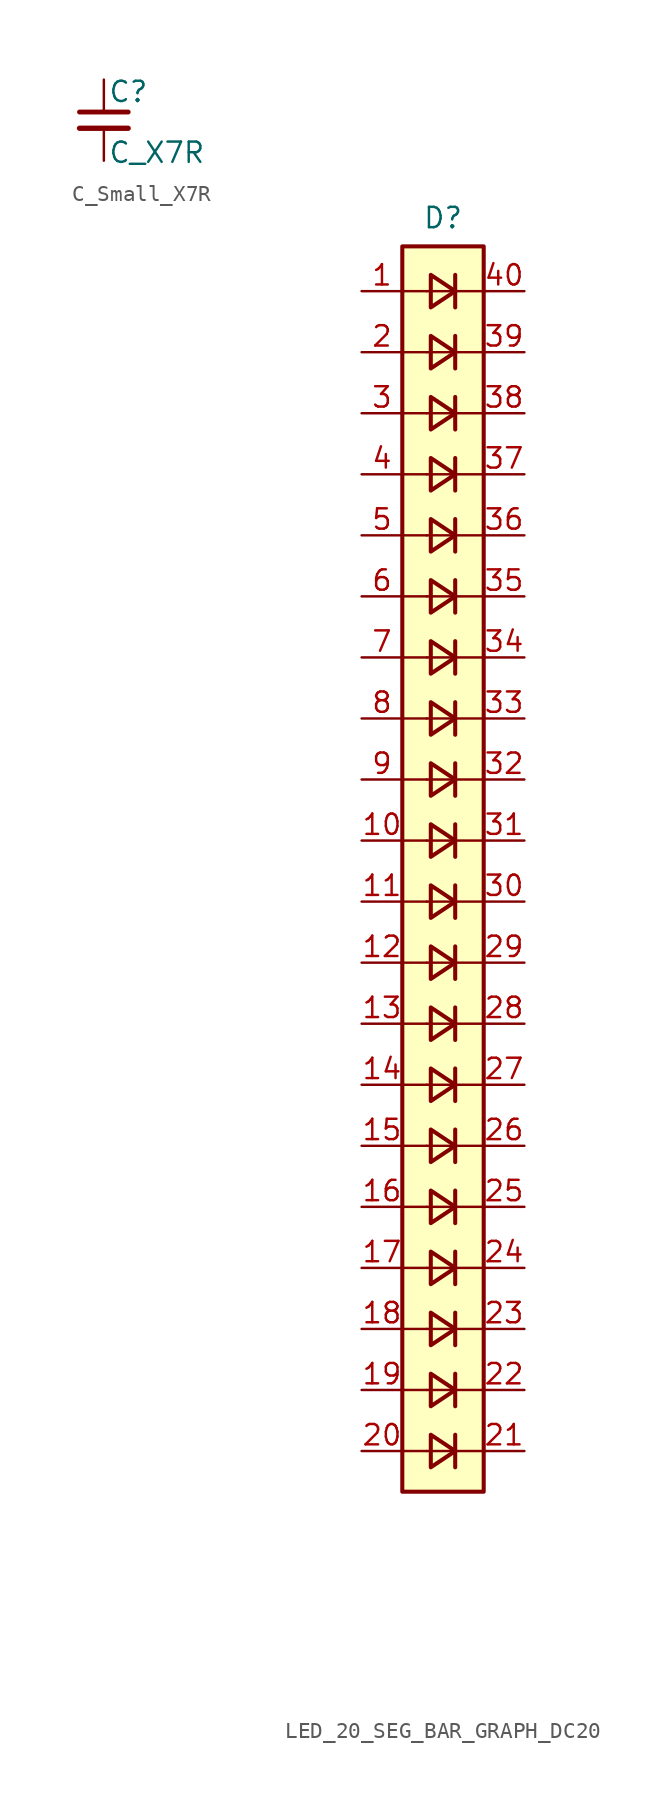
<source format=kicad_sym>
(kicad_symbol_lib
  (version 20241209)
  (generator "kicad_symbol_editor")
  (generator_version "9.0")
  (symbol "C_Small_X7R"
    (pin_numbers
      (hide yes))
    (pin_names
      (offset 0.254)
      (hide yes))
    (property "Reference" "C"
      (at 0.254 1.778 0)
      (effects (font (size 1.27 1.27)) (justify left)))
    (property "Value" "C_X7R"
      (at 0.254 -2.032 0)
      (effects (font (size 1.27 1.27)) (justify left)))
    (symbol "C_Small_X7R_0_1"
      (polyline (pts (xy -1.524 0.508) (xy 1.524 0.508)) (stroke (width 0.305) (type default)) (fill (type none)))
      (polyline (pts (xy -1.524 -0.508) (xy 1.524 -0.508)) (stroke (width 0.33) (type default)) (fill (type none))))
    (symbol "C_Small_X7R_1_1"
      (pin passive line (at 0 2.54 270) (length 2.032) (name "~" (effects (font (size 1.27 1.27)))) (number "1" (effects (font (size 1.27 1.27)))))
      (pin passive line (at 0 -2.54 90) (length 2.032) (name "~" (effects (font (size 1.27 1.27)))) (number "2" (effects (font (size 1.27 1.27)))))))
  (symbol "LED_20_SEG_BAR_GRAPH_DC20"
    (property "Reference" "D"
      (at 0 38.862 0)
      (effects (font (size 1.27 1.27))))
    (property "Value" ""
      (at 0 -45.72 0)
      (effects (font (size 1.27 1.27))))
    (symbol "LED_20_SEG_BAR_GRAPH_DC20_0_1"
      (rectangle (start -2.54 37.084) (end 2.54 -40.64) (stroke (width 0.254) (type default)) (fill (type background)))
      (polyline (pts (xy -1.016 34.29) (xy -2.54 34.29)) (stroke (width 0) (type default)) (fill (type none)))
      (polyline (pts (xy -1.016 34.29) (xy 0.762 34.29)) (stroke (width 0) (type default)) (fill (type none)))
      (polyline (pts (xy -1.016 30.48) (xy -2.54 30.48)) (stroke (width 0) (type default)) (fill (type none)))
      (polyline (pts (xy -1.016 30.48) (xy 0.762 30.48)) (stroke (width 0) (type default)) (fill (type none)))
      (polyline (pts (xy -1.016 26.67) (xy -2.54 26.67)) (stroke (width 0) (type default)) (fill (type none)))
      (polyline (pts (xy -1.016 26.67) (xy 0.762 26.67)) (stroke (width 0) (type default)) (fill (type none)))
      (polyline (pts (xy -1.016 22.86) (xy -2.54 22.86)) (stroke (width 0) (type default)) (fill (type none)))
      (polyline (pts (xy -1.016 22.86) (xy 0.762 22.86)) (stroke (width 0) (type default)) (fill (type none)))
      (polyline (pts (xy -1.016 19.05) (xy -2.54 19.05)) (stroke (width 0) (type default)) (fill (type none)))
      (polyline (pts (xy -1.016 19.05) (xy 0.762 19.05)) (stroke (width 0) (type default)) (fill (type none)))
      (polyline (pts (xy -1.016 15.24) (xy -2.54 15.24)) (stroke (width 0) (type default)) (fill (type none)))
      (polyline (pts (xy -1.016 15.24) (xy 0.762 15.24)) (stroke (width 0) (type default)) (fill (type none)))
      (polyline (pts (xy -1.016 11.43) (xy -2.54 11.43)) (stroke (width 0) (type default)) (fill (type none)))
      (polyline (pts (xy -1.016 11.43) (xy 0.762 11.43)) (stroke (width 0) (type default)) (fill (type none)))
      (polyline (pts (xy -1.016 7.62) (xy -2.54 7.62)) (stroke (width 0) (type default)) (fill (type none)))
      (polyline (pts (xy -1.016 7.62) (xy 0.762 7.62)) (stroke (width 0) (type default)) (fill (type none)))
      (polyline (pts (xy -1.016 3.81) (xy -2.54 3.81)) (stroke (width 0) (type default)) (fill (type none)))
      (polyline (pts (xy -1.016 3.81) (xy 0.762 3.81)) (stroke (width 0) (type default)) (fill (type none)))
      (polyline (pts (xy -1.016 0) (xy -2.54 0)) (stroke (width 0) (type default)) (fill (type none)))
      (polyline (pts (xy -1.016 0) (xy 0.762 0)) (stroke (width 0) (type default)) (fill (type none)))
      (polyline (pts (xy -1.016 -3.81) (xy -2.54 -3.81)) (stroke (width 0) (type default)) (fill (type none)))
      (polyline (pts (xy -1.016 -3.81) (xy 0.762 -3.81)) (stroke (width 0) (type default)) (fill (type none)))
      (polyline (pts (xy -1.016 -7.62) (xy -2.54 -7.62)) (stroke (width 0) (type default)) (fill (type none)))
      (polyline (pts (xy -1.016 -7.62) (xy 0.762 -7.62)) (stroke (width 0) (type default)) (fill (type none)))
      (polyline (pts (xy -1.016 -11.43) (xy -2.54 -11.43)) (stroke (width 0) (type default)) (fill (type none)))
      (polyline (pts (xy -1.016 -11.43) (xy 0.762 -11.43)) (stroke (width 0) (type default)) (fill (type none)))
      (polyline (pts (xy -1.016 -15.24) (xy -2.54 -15.24)) (stroke (width 0) (type default)) (fill (type none)))
      (polyline (pts (xy -1.016 -15.24) (xy 0.762 -15.24)) (stroke (width 0) (type default)) (fill (type none)))
      (polyline (pts (xy -1.016 -19.05) (xy -2.54 -19.05)) (stroke (width 0) (type default)) (fill (type none)))
      (polyline (pts (xy -1.016 -19.05) (xy 0.762 -19.05)) (stroke (width 0) (type default)) (fill (type none)))
      (polyline (pts (xy -1.016 -22.86) (xy -2.54 -22.86)) (stroke (width 0) (type default)) (fill (type none)))
      (polyline (pts (xy -1.016 -22.86) (xy 0.762 -22.86)) (stroke (width 0) (type default)) (fill (type none)))
      (polyline (pts (xy -1.016 -26.67) (xy -2.54 -26.67)) (stroke (width 0) (type default)) (fill (type none)))
      (polyline (pts (xy -1.016 -26.67) (xy 0.762 -26.67)) (stroke (width 0) (type default)) (fill (type none)))
      (polyline (pts (xy -1.016 -30.48) (xy -2.54 -30.48)) (stroke (width 0) (type default)) (fill (type none)))
      (polyline (pts (xy -1.016 -30.48) (xy 0.762 -30.48)) (stroke (width 0) (type default)) (fill (type none)))
      (polyline (pts (xy -1.016 -34.29) (xy -2.54 -34.29)) (stroke (width 0) (type default)) (fill (type none)))
      (polyline (pts (xy -1.016 -34.29) (xy 0.762 -34.29)) (stroke (width 0) (type default)) (fill (type none)))
      (polyline (pts (xy -1.016 -38.1) (xy -2.54 -38.1)) (stroke (width 0) (type default)) (fill (type none)))
      (polyline (pts (xy -1.016 -38.1) (xy 0.762 -38.1)) (stroke (width 0) (type default)) (fill (type none)))
      (polyline (pts (xy -0.762 35.306) (xy 0.762 34.29) (xy -0.762 33.274) (xy -0.762 35.306)) (stroke (width 0.254) (type default)) (fill (type none)))
      (polyline (pts (xy -0.762 31.496) (xy 0.762 30.48) (xy -0.762 29.464) (xy -0.762 31.496)) (stroke (width 0.254) (type default)) (fill (type none)))
      (polyline (pts (xy -0.762 27.686) (xy 0.762 26.67) (xy -0.762 25.654) (xy -0.762 27.686)) (stroke (width 0.254) (type default)) (fill (type none)))
      (polyline (pts (xy -0.762 23.876) (xy 0.762 22.86) (xy -0.762 21.844) (xy -0.762 23.876)) (stroke (width 0.254) (type default)) (fill (type none)))
      (polyline (pts (xy -0.762 20.066) (xy 0.762 19.05) (xy -0.762 18.034) (xy -0.762 20.066)) (stroke (width 0.254) (type default)) (fill (type none)))
      (polyline (pts (xy -0.762 16.256) (xy 0.762 15.24) (xy -0.762 14.224) (xy -0.762 16.256)) (stroke (width 0.254) (type default)) (fill (type none)))
      (polyline (pts (xy -0.762 12.446) (xy 0.762 11.43) (xy -0.762 10.414) (xy -0.762 12.446)) (stroke (width 0.254) (type default)) (fill (type none)))
      (polyline (pts (xy -0.762 8.636) (xy 0.762 7.62) (xy -0.762 6.604) (xy -0.762 8.636)) (stroke (width 0.254) (type default)) (fill (type none)))
      (polyline (pts (xy -0.762 4.826) (xy 0.762 3.81) (xy -0.762 2.794) (xy -0.762 4.826)) (stroke (width 0.254) (type default)) (fill (type none)))
      (polyline (pts (xy -0.762 1.016) (xy 0.762 0) (xy -0.762 -1.016) (xy -0.762 1.016)) (stroke (width 0.254) (type default)) (fill (type none)))
      (polyline (pts (xy -0.762 -2.794) (xy 0.762 -3.81) (xy -0.762 -4.826) (xy -0.762 -2.794)) (stroke (width 0.254) (type default)) (fill (type none)))
      (polyline (pts (xy -0.762 -6.604) (xy 0.762 -7.62) (xy -0.762 -8.636) (xy -0.762 -6.604)) (stroke (width 0.254) (type default)) (fill (type none)))
      (polyline (pts (xy -0.762 -10.414) (xy 0.762 -11.43) (xy -0.762 -12.446) (xy -0.762 -10.414)) (stroke (width 0.254) (type default)) (fill (type none)))
      (polyline (pts (xy -0.762 -14.224) (xy 0.762 -15.24) (xy -0.762 -16.256) (xy -0.762 -14.224)) (stroke (width 0.254) (type default)) (fill (type none)))
      (polyline (pts (xy -0.762 -18.034) (xy 0.762 -19.05) (xy -0.762 -20.066) (xy -0.762 -18.034)) (stroke (width 0.254) (type default)) (fill (type none)))
      (polyline (pts (xy -0.762 -21.844) (xy 0.762 -22.86) (xy -0.762 -23.876) (xy -0.762 -21.844)) (stroke (width 0.254) (type default)) (fill (type none)))
      (polyline (pts (xy -0.762 -25.654) (xy 0.762 -26.67) (xy -0.762 -27.686) (xy -0.762 -25.654)) (stroke (width 0.254) (type default)) (fill (type none)))
      (polyline (pts (xy -0.762 -29.464) (xy 0.762 -30.48) (xy -0.762 -31.496) (xy -0.762 -29.464)) (stroke (width 0.254) (type default)) (fill (type none)))
      (polyline (pts (xy -0.762 -33.274) (xy 0.762 -34.29) (xy -0.762 -35.306) (xy -0.762 -33.274)) (stroke (width 0.254) (type default)) (fill (type none)))
      (polyline (pts (xy -0.762 -37.084) (xy 0.762 -38.1) (xy -0.762 -39.116) (xy -0.762 -37.084)) (stroke (width 0.254) (type default)) (fill (type none)))
      (polyline (pts (xy 0.762 35.306) (xy 0.762 33.274)) (stroke (width 0.254) (type default)) (fill (type none)))
      (polyline (pts (xy 0.762 34.29) (xy 2.54 34.29)) (stroke (width 0) (type default)) (fill (type none)))
      (polyline (pts (xy 0.762 31.496) (xy 0.762 29.464)) (stroke (width 0.254) (type default)) (fill (type none)))
      (polyline (pts (xy 0.762 30.48) (xy 2.54 30.48)) (stroke (width 0) (type default)) (fill (type none)))
      (polyline (pts (xy 0.762 27.686) (xy 0.762 25.654)) (stroke (width 0.254) (type default)) (fill (type none)))
      (polyline (pts (xy 0.762 26.67) (xy 2.54 26.67)) (stroke (width 0) (type default)) (fill (type none)))
      (polyline (pts (xy 0.762 23.876) (xy 0.762 21.844)) (stroke (width 0.254) (type default)) (fill (type none)))
      (polyline (pts (xy 0.762 22.86) (xy 2.54 22.86)) (stroke (width 0) (type default)) (fill (type none)))
      (polyline (pts (xy 0.762 20.066) (xy 0.762 18.034)) (stroke (width 0.254) (type default)) (fill (type none)))
      (polyline (pts (xy 0.762 19.05) (xy 2.54 19.05)) (stroke (width 0) (type default)) (fill (type none)))
      (polyline (pts (xy 0.762 16.256) (xy 0.762 14.224)) (stroke (width 0.254) (type default)) (fill (type none)))
      (polyline (pts (xy 0.762 15.24) (xy 2.54 15.24)) (stroke (width 0) (type default)) (fill (type none)))
      (polyline (pts (xy 0.762 12.446) (xy 0.762 10.414)) (stroke (width 0.254) (type default)) (fill (type none)))
      (polyline (pts (xy 0.762 11.43) (xy 2.54 11.43)) (stroke (width 0) (type default)) (fill (type none)))
      (polyline (pts (xy 0.762 8.636) (xy 0.762 6.604)) (stroke (width 0.254) (type default)) (fill (type none)))
      (polyline (pts (xy 0.762 7.62) (xy 2.54 7.62)) (stroke (width 0) (type default)) (fill (type none)))
      (polyline (pts (xy 0.762 4.826) (xy 0.762 2.794)) (stroke (width 0.254) (type default)) (fill (type none)))
      (polyline (pts (xy 0.762 3.81) (xy 2.54 3.81)) (stroke (width 0) (type default)) (fill (type none)))
      (polyline (pts (xy 0.762 1.016) (xy 0.762 -1.016)) (stroke (width 0.254) (type default)) (fill (type none)))
      (polyline (pts (xy 0.762 0) (xy 2.54 0)) (stroke (width 0) (type default)) (fill (type none)))
      (polyline (pts (xy 0.762 -2.794) (xy 0.762 -4.826)) (stroke (width 0.254) (type default)) (fill (type none)))
      (polyline (pts (xy 0.762 -3.81) (xy 2.54 -3.81)) (stroke (width 0) (type default)) (fill (type none)))
      (polyline (pts (xy 0.762 -6.604) (xy 0.762 -8.636)) (stroke (width 0.254) (type default)) (fill (type none)))
      (polyline (pts (xy 0.762 -7.62) (xy 2.54 -7.62)) (stroke (width 0) (type default)) (fill (type none)))
      (polyline (pts (xy 0.762 -10.414) (xy 0.762 -12.446)) (stroke (width 0.254) (type default)) (fill (type none)))
      (polyline (pts (xy 0.762 -11.43) (xy 2.54 -11.43)) (stroke (width 0) (type default)) (fill (type none)))
      (polyline (pts (xy 0.762 -14.224) (xy 0.762 -16.256)) (stroke (width 0.254) (type default)) (fill (type none)))
      (polyline (pts (xy 0.762 -15.24) (xy 2.54 -15.24)) (stroke (width 0) (type default)) (fill (type none)))
      (polyline (pts (xy 0.762 -18.034) (xy 0.762 -20.066)) (stroke (width 0.254) (type default)) (fill (type none)))
      (polyline (pts (xy 0.762 -19.05) (xy 2.54 -19.05)) (stroke (width 0) (type default)) (fill (type none)))
      (polyline (pts (xy 0.762 -21.844) (xy 0.762 -23.876)) (stroke (width 0.254) (type default)) (fill (type none)))
      (polyline (pts (xy 0.762 -22.86) (xy 2.54 -22.86)) (stroke (width 0) (type default)) (fill (type none)))
      (polyline (pts (xy 0.762 -25.654) (xy 0.762 -27.686)) (stroke (width 0.254) (type default)) (fill (type none)))
      (polyline (pts (xy 0.762 -26.67) (xy 2.54 -26.67)) (stroke (width 0) (type default)) (fill (type none)))
      (polyline (pts (xy 0.762 -29.464) (xy 0.762 -31.496)) (stroke (width 0.254) (type default)) (fill (type none)))
      (polyline (pts (xy 0.762 -30.48) (xy 2.54 -30.48)) (stroke (width 0) (type default)) (fill (type none)))
      (polyline (pts (xy 0.762 -33.274) (xy 0.762 -35.306)) (stroke (width 0.254) (type default)) (fill (type none)))
      (polyline (pts (xy 0.762 -34.29) (xy 2.54 -34.29)) (stroke (width 0) (type default)) (fill (type none)))
      (polyline (pts (xy 0.762 -37.084) (xy 0.762 -39.116)) (stroke (width 0.254) (type default)) (fill (type none)))
      (polyline (pts (xy 0.762 -38.1) (xy 2.54 -38.1)) (stroke (width 0) (type default)) (fill (type none))))
    (symbol "LED_20_SEG_BAR_GRAPH_DC20_1_1"
      (pin passive line (at -5.08 34.29 0) (length 2.54) (name "" (effects (font (size 1.27 1.27)))) (number "1" (effects (font (size 1.27 1.27)))))
      (pin passive line (at -5.08 30.48 0) (length 2.54) (name "" (effects (font (size 1.27 1.27)))) (number "2" (effects (font (size 1.27 1.27)))))
      (pin passive line (at -5.08 26.67 0) (length 2.54) (name "" (effects (font (size 1.27 1.27)))) (number "3" (effects (font (size 1.27 1.27)))))
      (pin passive line (at -5.08 22.86 0) (length 2.54) (name "" (effects (font (size 1.27 1.27)))) (number "4" (effects (font (size 1.27 1.27)))))
      (pin passive line (at -5.08 19.05 0) (length 2.54) (name "" (effects (font (size 1.27 1.27)))) (number "5" (effects (font (size 1.27 1.27)))))
      (pin passive line (at -5.08 15.24 0) (length 2.54) (name "" (effects (font (size 1.27 1.27)))) (number "6" (effects (font (size 1.27 1.27)))))
      (pin passive line (at -5.08 11.43 0) (length 2.54) (name "" (effects (font (size 1.27 1.27)))) (number "7" (effects (font (size 1.27 1.27)))))
      (pin passive line (at -5.08 7.62 0) (length 2.54) (name "" (effects (font (size 1.27 1.27)))) (number "8" (effects (font (size 1.27 1.27)))))
      (pin passive line (at -5.08 3.81 0) (length 2.54) (name "" (effects (font (size 1.27 1.27)))) (number "9" (effects (font (size 1.27 1.27)))))
      (pin passive line (at -5.08 0 0) (length 2.54) (name "" (effects (font (size 1.27 1.27)))) (number "10" (effects (font (size 1.27 1.27)))))
      (pin passive line (at -5.08 -3.81 0) (length 2.54) (name "" (effects (font (size 1.27 1.27)))) (number "11" (effects (font (size 1.27 1.27)))))
      (pin passive line (at -5.08 -7.62 0) (length 2.54) (name "" (effects (font (size 1.27 1.27)))) (number "12" (effects (font (size 1.27 1.27)))))
      (pin passive line (at -5.08 -11.43 0) (length 2.54) (name "" (effects (font (size 1.27 1.27)))) (number "13" (effects (font (size 1.27 1.27)))))
      (pin passive line (at -5.08 -15.24 0) (length 2.54) (name "" (effects (font (size 1.27 1.27)))) (number "14" (effects (font (size 1.27 1.27)))))
      (pin passive line (at -5.08 -19.05 0) (length 2.54) (name "" (effects (font (size 1.27 1.27)))) (number "15" (effects (font (size 1.27 1.27)))))
      (pin passive line (at -5.08 -22.86 0) (length 2.54) (name "" (effects (font (size 1.27 1.27)))) (number "16" (effects (font (size 1.27 1.27)))))
      (pin passive line (at -5.08 -26.67 0) (length 2.54) (name "" (effects (font (size 1.27 1.27)))) (number "17" (effects (font (size 1.27 1.27)))))
      (pin passive line (at -5.08 -30.48 0) (length 2.54) (name "" (effects (font (size 1.27 1.27)))) (number "18" (effects (font (size 1.27 1.27)))))
      (pin passive line (at -5.08 -34.29 0) (length 2.54) (name "" (effects (font (size 1.27 1.27)))) (number "19" (effects (font (size 1.27 1.27)))))
      (pin passive line (at -5.08 -38.1 0) (length 2.54) (name "" (effects (font (size 1.27 1.27)))) (number "20" (effects (font (size 1.27 1.27)))))
      (pin passive line (at 5.08 34.29 180) (length 2.54) (name "" (effects (font (size 1.27 1.27)))) (number "40" (effects (font (size 1.27 1.27)))))
      (pin passive line (at 5.08 30.48 180) (length 2.54) (name "" (effects (font (size 1.27 1.27)))) (number "39" (effects (font (size 1.27 1.27)))))
      (pin passive line (at 5.08 26.67 180) (length 2.54) (name "" (effects (font (size 1.27 1.27)))) (number "38" (effects (font (size 1.27 1.27)))))
      (pin passive line (at 5.08 22.86 180) (length 2.54) (name "" (effects (font (size 1.27 1.27)))) (number "37" (effects (font (size 1.27 1.27)))))
      (pin passive line (at 5.08 19.05 180) (length 2.54) (name "" (effects (font (size 1.27 1.27)))) (number "36" (effects (font (size 1.27 1.27)))))
      (pin passive line (at 5.08 15.24 180) (length 2.54) (name "" (effects (font (size 1.27 1.27)))) (number "35" (effects (font (size 1.27 1.27)))))
      (pin passive line (at 5.08 11.43 180) (length 2.54) (name "" (effects (font (size 1.27 1.27)))) (number "34" (effects (font (size 1.27 1.27)))))
      (pin passive line (at 5.08 7.62 180) (length 2.54) (name "" (effects (font (size 1.27 1.27)))) (number "33" (effects (font (size 1.27 1.27)))))
      (pin passive line (at 5.08 3.81 180) (length 2.54) (name "" (effects (font (size 1.27 1.27)))) (number "32" (effects (font (size 1.27 1.27)))))
      (pin passive line (at 5.08 0 180) (length 2.54) (name "" (effects (font (size 1.27 1.27)))) (number "31" (effects (font (size 1.27 1.27)))))
      (pin passive line (at 5.08 -3.81 180) (length 2.54) (name "" (effects (font (size 1.27 1.27)))) (number "30" (effects (font (size 1.27 1.27)))))
      (pin passive line (at 5.08 -7.62 180) (length 2.54) (name "" (effects (font (size 1.27 1.27)))) (number "29" (effects (font (size 1.27 1.27)))))
      (pin passive line (at 5.08 -11.43 180) (length 2.54) (name "" (effects (font (size 1.27 1.27)))) (number "28" (effects (font (size 1.27 1.27)))))
      (pin passive line (at 5.08 -15.24 180) (length 2.54) (name "" (effects (font (size 1.27 1.27)))) (number "27" (effects (font (size 1.27 1.27)))))
      (pin passive line (at 5.08 -19.05 180) (length 2.54) (name "" (effects (font (size 1.27 1.27)))) (number "26" (effects (font (size 1.27 1.27)))))
      (pin passive line (at 5.08 -22.86 180) (length 2.54) (name "" (effects (font (size 1.27 1.27)))) (number "25" (effects (font (size 1.27 1.27)))))
      (pin passive line (at 5.08 -26.67 180) (length 2.54) (name "" (effects (font (size 1.27 1.27)))) (number "24" (effects (font (size 1.27 1.27)))))
      (pin passive line (at 5.08 -30.48 180) (length 2.54) (name "" (effects (font (size 1.27 1.27)))) (number "23" (effects (font (size 1.27 1.27)))))
      (pin passive line (at 5.08 -34.29 180) (length 2.54) (name "" (effects (font (size 1.27 1.27)))) (number "22" (effects (font (size 1.27 1.27)))))
      (pin passive line (at 5.08 -38.1 180) (length 2.54) (name "" (effects (font (size 1.27 1.27)))) (number "21" (effects (font (size 1.27 1.27))))))))
</source>
